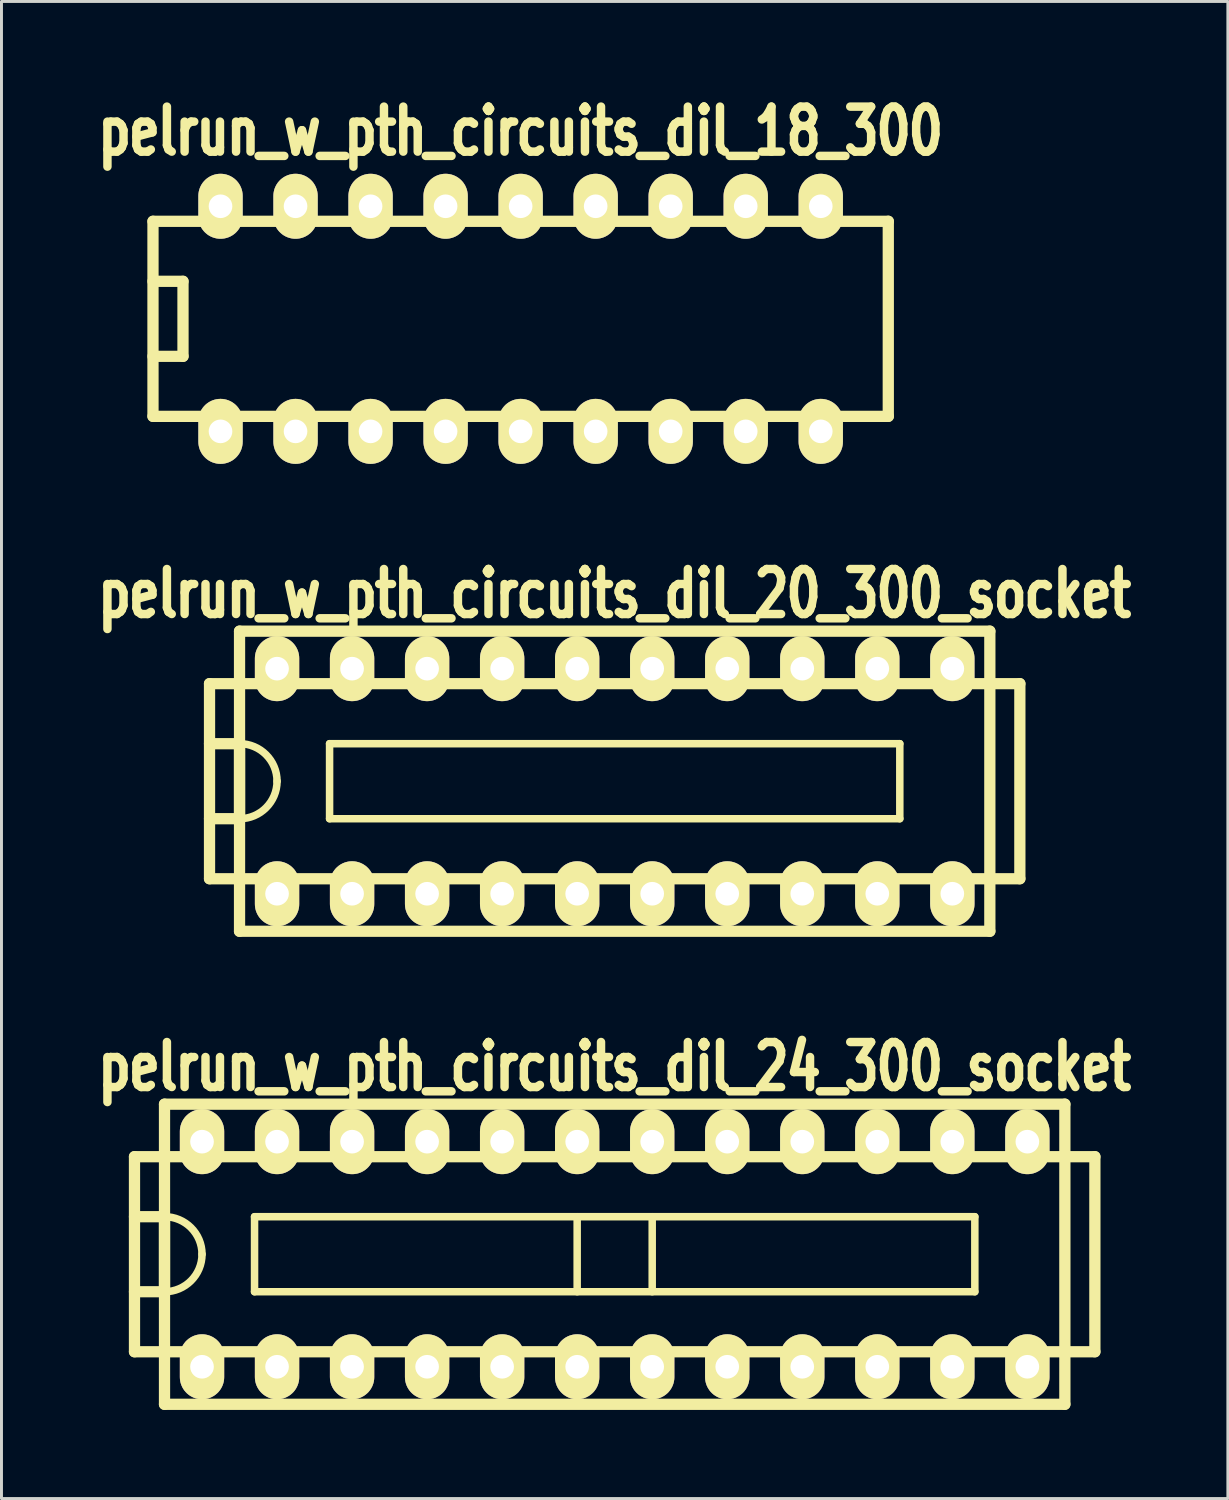
<source format=kicad_pcb>
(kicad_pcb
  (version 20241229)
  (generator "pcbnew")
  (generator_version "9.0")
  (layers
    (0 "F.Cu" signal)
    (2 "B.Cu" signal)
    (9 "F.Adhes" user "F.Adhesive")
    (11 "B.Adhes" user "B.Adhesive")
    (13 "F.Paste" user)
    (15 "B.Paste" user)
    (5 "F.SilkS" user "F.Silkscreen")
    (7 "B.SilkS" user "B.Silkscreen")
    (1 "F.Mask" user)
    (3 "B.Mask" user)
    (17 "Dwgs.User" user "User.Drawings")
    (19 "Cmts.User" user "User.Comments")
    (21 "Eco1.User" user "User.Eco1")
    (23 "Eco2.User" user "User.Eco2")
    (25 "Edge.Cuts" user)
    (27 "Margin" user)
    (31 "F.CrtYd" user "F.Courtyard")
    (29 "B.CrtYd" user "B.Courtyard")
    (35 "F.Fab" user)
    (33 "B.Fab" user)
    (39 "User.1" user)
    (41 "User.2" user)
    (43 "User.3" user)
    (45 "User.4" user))
  (footprint "pelrun_w_pth_circuits_dil_18_300"
    (layer "F.Cu")
    (at 14.575 7.743)
    (property "Reference" "pelrun_w_pth_circuits_dil_18_300" (at 0 -6.35 0) (layer "F.SilkS") (effects (font (size 1.524 1.143) (thickness 0.287))))
    (attr through_hole)
    (fp_line (start -12.446 -3.302) (end 12.446 -3.302) (stroke (width 0.381) (type solid)) (layer "F.SilkS"))
    (fp_line (start -12.446 3.302) (end -12.446 -3.302) (stroke (width 0.381) (type solid)) (layer "F.SilkS"))
    (fp_line (start -12.446 3.302) (end 12.446 3.302) (stroke (width 0.381) (type solid)) (layer "F.SilkS"))
    (fp_line (start -11.43 -1.27) (end -12.446 -1.27) (stroke (width 0.381) (type solid)) (layer "F.SilkS"))
    (fp_line (start -11.43 -1.27) (end -11.43 1.27) (stroke (width 0.381) (type solid)) (layer "F.SilkS"))
    (fp_line (start -11.43 1.27) (end -12.446 1.27) (stroke (width 0.381) (type solid)) (layer "F.SilkS"))
    (fp_line (start 12.446 -3.302) (end 12.446 3.302) (stroke (width 0.381) (type solid)) (layer "F.SilkS"))
    (pad "1" thru_hole oval (at -10.16 3.81) (size 1.501 2.2) (drill 0.8) (layers "*.Cu" "*.Mask" "F.SilkS"))
    (pad "2" thru_hole oval (at -7.62 3.81) (size 1.501 2.2) (drill 0.8) (layers "*.Cu" "*.Mask" "F.SilkS"))
    (pad "3" thru_hole oval (at -5.08 3.81) (size 1.501 2.2) (drill 0.8) (layers "*.Cu" "*.Mask" "F.SilkS"))
    (pad "4" thru_hole oval (at -2.54 3.81) (size 1.501 2.2) (drill 0.8) (layers "*.Cu" "*.Mask" "F.SilkS"))
    (pad "5" thru_hole oval (at 0 3.81) (size 1.501 2.2) (drill 0.8) (layers "*.Cu" "*.Mask" "F.SilkS"))
    (pad "6" thru_hole oval (at 2.54 3.81) (size 1.501 2.2) (drill 0.8) (layers "*.Cu" "*.Mask" "F.SilkS"))
    (pad "7" thru_hole oval (at 5.08 3.81) (size 1.501 2.2) (drill 0.8) (layers "*.Cu" "*.Mask" "F.SilkS"))
    (pad "8" thru_hole oval (at 7.62 3.81) (size 1.501 2.2) (drill 0.8) (layers "*.Cu" "*.Mask" "F.SilkS"))
    (pad "9" thru_hole oval (at 10.16 3.81) (size 1.501 2.2) (drill 0.8) (layers "*.Cu" "*.Mask" "F.SilkS"))
    (pad "10" thru_hole oval (at 10.16 -3.81) (size 1.501 2.2) (drill 0.8) (layers "*.Cu" "*.Mask" "F.SilkS"))
    (pad "11" thru_hole oval (at 7.62 -3.81) (size 1.501 2.2) (drill 0.8) (layers "*.Cu" "*.Mask" "F.SilkS"))
    (pad "12" thru_hole oval (at 5.08 -3.81) (size 1.501 2.2) (drill 0.8) (layers "*.Cu" "*.Mask" "F.SilkS"))
    (pad "13" thru_hole oval (at 2.54 -3.81) (size 1.501 2.2) (drill 0.8) (layers "*.Cu" "*.Mask" "F.SilkS"))
    (pad "14" thru_hole oval (at 0 -3.81) (size 1.501 2.2) (drill 0.8) (layers "*.Cu" "*.Mask" "F.SilkS"))
    (pad "15" thru_hole oval (at -2.54 -3.81) (size 1.501 2.2) (drill 0.8) (layers "*.Cu" "*.Mask" "F.SilkS"))
    (pad "16" thru_hole oval (at -5.08 -3.81) (size 1.501 2.2) (drill 0.8) (layers "*.Cu" "*.Mask" "F.SilkS"))
    (pad "17" thru_hole oval (at -7.62 -3.81) (size 1.501 2.2) (drill 0.8) (layers "*.Cu" "*.Mask" "F.SilkS"))
    (pad "18" thru_hole oval (at -10.16 -3.81) (size 1.501 2.2) (drill 0.8) (layers "*.Cu" "*.Mask" "F.SilkS")))
  (footprint "pelrun_w_pth_circuits_dil_24_300_socket"
    (layer "F.Cu")
    (at 17.759 39.409)
    (property "Reference" "pelrun_w_pth_circuits_dil_24_300_socket" (at 0 -6.35 0) (layer "F.SilkS") (effects (font (size 1.524 1.143) (thickness 0.287))))
    (attr through_hole)
    (fp_line (start -16.256 -3.302) (end 16.256 -3.302) (stroke (width 0.381) (type solid)) (layer "F.SilkS"))
    (fp_line (start -16.256 3.302) (end -16.256 -3.302) (stroke (width 0.381) (type solid)) (layer "F.SilkS"))
    (fp_line (start -15.24 -5.08) (end 15.24 -5.08) (stroke (width 0.381) (type solid)) (layer "F.SilkS"))
    (fp_line (start -15.24 -1.27) (end -16.256 -1.27) (stroke (width 0.381) (type solid)) (layer "F.SilkS"))
    (fp_line (start -15.24 -1.27) (end -15.24 1.27) (stroke (width 0.381) (type solid)) (layer "F.SilkS"))
    (fp_line (start -15.24 1.27) (end -16.256 1.27) (stroke (width 0.381) (type solid)) (layer "F.SilkS"))
    (fp_line (start -15.24 5.08) (end -15.24 -5.08) (stroke (width 0.381) (type solid)) (layer "F.SilkS"))
    (fp_line (start -15.24 5.08) (end 15.24 5.08) (stroke (width 0.381) (type solid)) (layer "F.SilkS"))
    (fp_line (start -12.192 -1.27) (end -12.192 1.27) (stroke (width 0.254) (type solid)) (layer "F.SilkS"))
    (fp_line (start -12.192 -1.27) (end 12.192 -1.27) (stroke (width 0.254) (type solid)) (layer "F.SilkS"))
    (fp_line (start -1.27 -1.27) (end -1.27 1.27) (stroke (width 0.254) (type solid)) (layer "F.SilkS"))
    (fp_line (start 1.27 -1.27) (end 1.27 1.27) (stroke (width 0.254) (type solid)) (layer "F.SilkS"))
    (fp_line (start 12.192 1.27) (end -12.192 1.27) (stroke (width 0.254) (type solid)) (layer "F.SilkS"))
    (fp_line (start 12.192 1.27) (end 12.192 -1.27) (stroke (width 0.254) (type solid)) (layer "F.SilkS"))
    (fp_line (start 15.24 -5.08) (end 15.24 5.08) (stroke (width 0.381) (type solid)) (layer "F.SilkS"))
    (fp_line (start 16.256 -3.302) (end 16.256 3.302) (stroke (width 0.381) (type solid)) (layer "F.SilkS"))
    (fp_line (start 16.256 3.302) (end -16.256 3.302) (stroke (width 0.381) (type solid)) (layer "F.SilkS"))
    (fp_arc (start -15.24 -1.27) (mid -14.341974 -0.898026) (end -13.97 0) (stroke (width 0.254) (type solid)) (layer "F.SilkS"))
    (fp_arc (start -13.97 0) (mid -14.341974 0.898026) (end -15.24 1.27) (stroke (width 0.254) (type solid)) (layer "F.SilkS"))
    (pad "1" thru_hole oval (at -13.97 3.81) (size 1.501 2.2) (drill 0.8) (layers "*.Cu" "*.Mask" "F.SilkS"))
    (pad "2" thru_hole oval (at -11.43 3.81) (size 1.501 2.2) (drill 0.8) (layers "*.Cu" "*.Mask" "F.SilkS"))
    (pad "3" thru_hole oval (at -8.89 3.81) (size 1.501 2.2) (drill 0.8) (layers "*.Cu" "*.Mask" "F.SilkS"))
    (pad "4" thru_hole oval (at -6.35 3.81) (size 1.501 2.2) (drill 0.8) (layers "*.Cu" "*.Mask" "F.SilkS"))
    (pad "5" thru_hole oval (at -3.81 3.81) (size 1.501 2.2) (drill 0.8) (layers "*.Cu" "*.Mask" "F.SilkS"))
    (pad "6" thru_hole oval (at -1.27 3.81) (size 1.501 2.2) (drill 0.8) (layers "*.Cu" "*.Mask" "F.SilkS"))
    (pad "7" thru_hole oval (at 1.27 3.81) (size 1.501 2.2) (drill 0.8) (layers "*.Cu" "*.Mask" "F.SilkS"))
    (pad "8" thru_hole oval (at 3.81 3.81) (size 1.501 2.2) (drill 0.8) (layers "*.Cu" "*.Mask" "F.SilkS"))
    (pad "9" thru_hole oval (at 6.35 3.81) (size 1.501 2.2) (drill 0.8) (layers "*.Cu" "*.Mask" "F.SilkS"))
    (pad "10" thru_hole oval (at 8.89 3.81) (size 1.501 2.2) (drill 0.8) (layers "*.Cu" "*.Mask" "F.SilkS"))
    (pad "11" thru_hole oval (at 11.43 3.81) (size 1.501 2.2) (drill 0.8) (layers "*.Cu" "*.Mask" "F.SilkS"))
    (pad "12" thru_hole oval (at 13.97 3.81) (size 1.501 2.2) (drill 0.8) (layers "*.Cu" "*.Mask" "F.SilkS"))
    (pad "13" thru_hole oval (at 13.97 -3.81) (size 1.501 2.2) (drill 0.8) (layers "*.Cu" "*.Mask" "F.SilkS"))
    (pad "14" thru_hole oval (at 11.43 -3.81) (size 1.501 2.2) (drill 0.8) (layers "*.Cu" "*.Mask" "F.SilkS"))
    (pad "15" thru_hole oval (at 8.89 -3.81) (size 1.501 2.2) (drill 0.8) (layers "*.Cu" "*.Mask" "F.SilkS"))
    (pad "16" thru_hole oval (at 6.35 -3.81) (size 1.501 2.2) (drill 0.8) (layers "*.Cu" "*.Mask" "F.SilkS"))
    (pad "17" thru_hole oval (at 3.81 -3.81) (size 1.501 2.2) (drill 0.8) (layers "*.Cu" "*.Mask" "F.SilkS"))
    (pad "18" thru_hole oval (at 1.27 -3.81) (size 1.501 2.2) (drill 0.8) (layers "*.Cu" "*.Mask" "F.SilkS"))
    (pad "19" thru_hole oval (at -1.27 -3.81) (size 1.501 2.2) (drill 0.8) (layers "*.Cu" "*.Mask" "F.SilkS"))
    (pad "20" thru_hole oval (at -3.81 -3.81) (size 1.501 2.2) (drill 0.8) (layers "*.Cu" "*.Mask" "F.SilkS"))
    (pad "21" thru_hole oval (at -6.35 -3.81) (size 1.501 2.2) (drill 0.8) (layers "*.Cu" "*.Mask" "F.SilkS"))
    (pad "22" thru_hole oval (at -8.89 -3.81) (size 1.501 2.2) (drill 0.8) (layers "*.Cu" "*.Mask" "F.SilkS"))
    (pad "23" thru_hole oval (at -11.43 -3.81) (size 1.501 2.2) (drill 0.8) (layers "*.Cu" "*.Mask" "F.SilkS"))
    (pad "24" thru_hole oval (at -13.97 -3.81) (size 1.501 2.2) (drill 0.8) (layers "*.Cu" "*.Mask" "F.SilkS")))
  (footprint "pelrun_w_pth_circuits_dil_20_300_socket"
    (layer "F.Cu")
    (at 17.759 23.396)
    (property "Reference" "pelrun_w_pth_circuits_dil_20_300_socket" (at 0 -6.35 0) (layer "F.SilkS") (effects (font (size 1.524 1.143) (thickness 0.287))))
    (attr through_hole)
    (fp_line (start -13.716 -3.302) (end 13.716 -3.302) (stroke (width 0.381) (type solid)) (layer "F.SilkS"))
    (fp_line (start -13.716 3.302) (end -13.716 -3.302) (stroke (width 0.381) (type solid)) (layer "F.SilkS"))
    (fp_line (start -12.7 -5.08) (end 12.7 -5.08) (stroke (width 0.381) (type solid)) (layer "F.SilkS"))
    (fp_line (start -12.7 -1.27) (end -13.716 -1.27) (stroke (width 0.381) (type solid)) (layer "F.SilkS"))
    (fp_line (start -12.7 -1.27) (end -12.7 1.27) (stroke (width 0.381) (type solid)) (layer "F.SilkS"))
    (fp_line (start -12.7 1.27) (end -13.716 1.27) (stroke (width 0.381) (type solid)) (layer "F.SilkS"))
    (fp_line (start -12.7 5.08) (end -12.7 -5.08) (stroke (width 0.381) (type solid)) (layer "F.SilkS"))
    (fp_line (start -9.652 -1.27) (end -9.652 1.27) (stroke (width 0.254) (type solid)) (layer "F.SilkS"))
    (fp_line (start -9.652 -1.27) (end 9.652 -1.27) (stroke (width 0.254) (type solid)) (layer "F.SilkS"))
    (fp_line (start 9.652 1.27) (end -9.652 1.27) (stroke (width 0.254) (type solid)) (layer "F.SilkS"))
    (fp_line (start 9.652 1.27) (end 9.652 -1.27) (stroke (width 0.254) (type solid)) (layer "F.SilkS"))
    (fp_line (start 12.7 -5.08) (end 12.7 5.08) (stroke (width 0.381) (type solid)) (layer "F.SilkS"))
    (fp_line (start 12.7 5.08) (end -12.7 5.08) (stroke (width 0.381) (type solid)) (layer "F.SilkS"))
    (fp_line (start 13.716 -3.302) (end 13.716 3.302) (stroke (width 0.381) (type solid)) (layer "F.SilkS"))
    (fp_line (start 13.716 3.302) (end -13.716 3.302) (stroke (width 0.381) (type solid)) (layer "F.SilkS"))
    (fp_arc (start -12.7 -1.27) (mid -11.801974 -0.898026) (end -11.43 0) (stroke (width 0.254) (type solid)) (layer "F.SilkS"))
    (fp_arc (start -11.43 0) (mid -11.801974 0.898026) (end -12.7 1.27) (stroke (width 0.254) (type solid)) (layer "F.SilkS"))
    (pad "1" thru_hole oval (at -11.43 3.81) (size 1.501 2.2) (drill 0.8) (layers "*.Cu" "*.Mask" "F.SilkS"))
    (pad "2" thru_hole oval (at -8.89 3.81) (size 1.501 2.2) (drill 0.8) (layers "*.Cu" "*.Mask" "F.SilkS"))
    (pad "3" thru_hole oval (at -6.35 3.81) (size 1.501 2.2) (drill 0.8) (layers "*.Cu" "*.Mask" "F.SilkS"))
    (pad "4" thru_hole oval (at -3.81 3.81) (size 1.501 2.2) (drill 0.8) (layers "*.Cu" "*.Mask" "F.SilkS"))
    (pad "5" thru_hole oval (at -1.27 3.81) (size 1.501 2.2) (drill 0.8) (layers "*.Cu" "*.Mask" "F.SilkS"))
    (pad "6" thru_hole oval (at 1.27 3.81) (size 1.501 2.2) (drill 0.8) (layers "*.Cu" "*.Mask" "F.SilkS"))
    (pad "7" thru_hole oval (at 3.81 3.81) (size 1.501 2.2) (drill 0.8) (layers "*.Cu" "*.Mask" "F.SilkS"))
    (pad "8" thru_hole oval (at 6.35 3.81) (size 1.501 2.2) (drill 0.8) (layers "*.Cu" "*.Mask" "F.SilkS"))
    (pad "9" thru_hole oval (at 8.89 3.81) (size 1.501 2.2) (drill 0.8) (layers "*.Cu" "*.Mask" "F.SilkS"))
    (pad "10" thru_hole oval (at 11.43 3.81) (size 1.501 2.2) (drill 0.8) (layers "*.Cu" "*.Mask" "F.SilkS"))
    (pad "11" thru_hole oval (at 11.43 -3.81) (size 1.501 2.2) (drill 0.8) (layers "*.Cu" "*.Mask" "F.SilkS"))
    (pad "12" thru_hole oval (at 8.89 -3.81) (size 1.501 2.2) (drill 0.8) (layers "*.Cu" "*.Mask" "F.SilkS"))
    (pad "13" thru_hole oval (at 6.35 -3.81) (size 1.501 2.2) (drill 0.8) (layers "*.Cu" "*.Mask" "F.SilkS"))
    (pad "14" thru_hole oval (at 3.81 -3.81) (size 1.501 2.2) (drill 0.8) (layers "*.Cu" "*.Mask" "F.SilkS"))
    (pad "15" thru_hole oval (at 1.27 -3.81) (size 1.501 2.2) (drill 0.8) (layers "*.Cu" "*.Mask" "F.SilkS"))
    (pad "16" thru_hole oval (at -1.27 -3.81) (size 1.501 2.2) (drill 0.8) (layers "*.Cu" "*.Mask" "F.SilkS"))
    (pad "17" thru_hole oval (at -3.81 -3.81) (size 1.501 2.2) (drill 0.8) (layers "*.Cu" "*.Mask" "F.SilkS"))
    (pad "18" thru_hole oval (at -6.35 -3.81) (size 1.501 2.2) (drill 0.8) (layers "*.Cu" "*.Mask" "F.SilkS"))
    (pad "19" thru_hole oval (at -8.89 -3.81) (size 1.501 2.2) (drill 0.8) (layers "*.Cu" "*.Mask" "F.SilkS"))
    (pad "20" thru_hole oval (at -11.43 -3.81) (size 1.501 2.2) (drill 0.8) (layers "*.Cu" "*.Mask" "F.SilkS")))
  (gr_rect
    (start -3 -3)
    (end 38.517 47.68)
    (stroke (width 0.1) (type default))
    (fill no)
    (layer "Edge.Cuts")))
</source>
